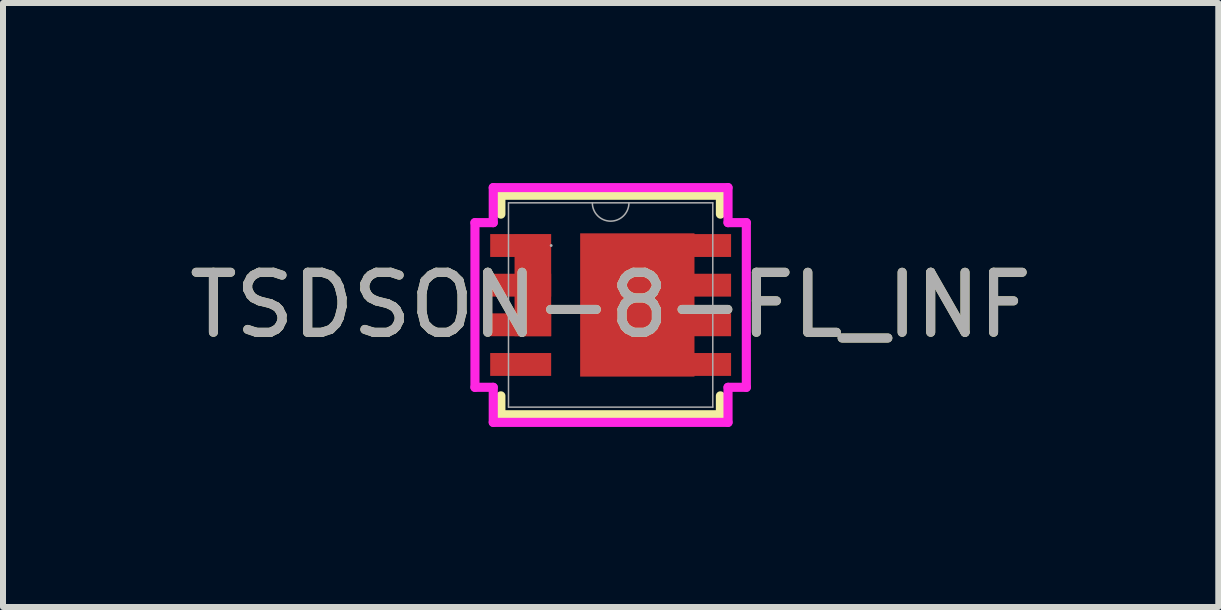
<source format=kicad_pcb>
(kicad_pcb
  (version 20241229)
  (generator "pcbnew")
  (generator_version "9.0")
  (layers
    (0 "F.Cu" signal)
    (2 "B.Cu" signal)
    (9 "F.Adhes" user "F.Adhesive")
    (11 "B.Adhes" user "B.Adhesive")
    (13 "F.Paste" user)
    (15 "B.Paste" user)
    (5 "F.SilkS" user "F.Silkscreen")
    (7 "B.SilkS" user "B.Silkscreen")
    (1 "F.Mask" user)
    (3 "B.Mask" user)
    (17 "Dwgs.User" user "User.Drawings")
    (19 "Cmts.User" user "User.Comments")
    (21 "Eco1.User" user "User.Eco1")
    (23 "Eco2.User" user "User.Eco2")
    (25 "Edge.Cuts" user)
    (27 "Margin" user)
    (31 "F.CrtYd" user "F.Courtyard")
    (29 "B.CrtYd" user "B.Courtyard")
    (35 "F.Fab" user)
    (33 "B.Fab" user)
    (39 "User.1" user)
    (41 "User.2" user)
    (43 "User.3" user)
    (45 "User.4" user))
  (footprint "TSDSON-8-FL_INF"
    (layer "F.Cu")
    (at 7.125 2.032)
    (property "Reference" "TSDSON-8-FL_INF" (at 0 0 0) (unlocked yes) (layer "F.SilkS") (effects (font (size 1 1) (thickness 0.15))))
    (attr smd)
    (fp_line (start -1.829 -1.829) (end -1.829 -1.514) (stroke (width 0.152) (type solid)) (layer "F.SilkS"))
    (fp_line (start -1.829 1.514) (end -1.829 1.829) (stroke (width 0.152) (type solid)) (layer "F.SilkS"))
    (fp_line (start -1.829 1.829) (end 1.829 1.829) (stroke (width 0.152) (type solid)) (layer "F.SilkS"))
    (fp_line (start 1.829 -1.829) (end -1.829 -1.829) (stroke (width 0.152) (type solid)) (layer "F.SilkS"))
    (fp_line (start 1.829 -1.514) (end 1.829 -1.829) (stroke (width 0.152) (type solid)) (layer "F.SilkS"))
    (fp_line (start 1.829 1.829) (end 1.829 1.514) (stroke (width 0.152) (type solid)) (layer "F.SilkS"))
    (fp_line (start -2.261 -1.372) (end -1.956 -1.372) (stroke (width 0.152) (type solid)) (layer "F.CrtYd"))
    (fp_line (start -2.261 1.372) (end -2.261 -1.372) (stroke (width 0.152) (type solid)) (layer "F.CrtYd"))
    (fp_line (start -2.261 1.372) (end -1.956 1.372) (stroke (width 0.152) (type solid)) (layer "F.CrtYd"))
    (fp_line (start -1.956 -1.956) (end 1.956 -1.956) (stroke (width 0.152) (type solid)) (layer "F.CrtYd"))
    (fp_line (start -1.956 -1.372) (end -1.956 -1.956) (stroke (width 0.152) (type solid)) (layer "F.CrtYd"))
    (fp_line (start -1.956 1.956) (end -1.956 1.372) (stroke (width 0.152) (type solid)) (layer "F.CrtYd"))
    (fp_line (start 1.956 -1.956) (end 1.956 -1.372) (stroke (width 0.152) (type solid)) (layer "F.CrtYd"))
    (fp_line (start 1.956 1.372) (end 1.956 1.956) (stroke (width 0.152) (type solid)) (layer "F.CrtYd"))
    (fp_line (start 1.956 1.956) (end -1.956 1.956) (stroke (width 0.152) (type solid)) (layer "F.CrtYd"))
    (fp_line (start 2.261 -1.372) (end 1.956 -1.372) (stroke (width 0.152) (type solid)) (layer "F.CrtYd"))
    (fp_line (start 2.261 -1.372) (end 2.261 1.372) (stroke (width 0.152) (type solid)) (layer "F.CrtYd"))
    (fp_line (start 2.261 1.372) (end 1.956 1.372) (stroke (width 0.152) (type solid)) (layer "F.CrtYd"))
    (fp_line (start -1.702 -1.702) (end -1.702 1.702) (stroke (width 0.025) (type solid)) (layer "F.Fab"))
    (fp_line (start -1.702 1.702) (end 1.702 1.702) (stroke (width 0.025) (type solid)) (layer "F.Fab"))
    (fp_line (start 1.702 -1.702) (end -1.702 -1.702) (stroke (width 0.025) (type solid)) (layer "F.Fab"))
    (fp_line (start 1.702 1.702) (end 1.702 -1.702) (stroke (width 0.025) (type solid)) (layer "F.Fab"))
    (fp_arc (start 0.3048 -1.7018) (mid 0 -1.397) (end -0.3048 -1.7018) (stroke (width 0.0254) (type solid)) (layer "F.Fab"))
    (fp_circle (center -0.991 -0.991) (end -0.991 -0.991) (stroke (width 0.025) (type solid)) (fill no) (layer "F.Fab"))
    (fp_text user "${REFERENCE}" (at 0 0 0) (unlocked yes) (layer "F.Fab") (effects (font (size 1 1) (thickness 0.15))))
    (pad "1" smd custom (at -1.499 -0.991) (size 1.016 0.381) (layers "F.Cu" "F.Mask" "F.Paste") (options (anchor rect)) (primitives (gr_poly (pts (xy 0.508 -0.191) (xy 0.508 1.511) (xy -0.102 1.511) (xy -0.102 -0.191)) (width 0) (fill yes))))
    (pad "2" smd rect (at -1.499 -0.33) (size 1.016 0.381) (layers "F.Cu" "F.Mask" "F.Paste"))
    (pad "3" smd rect (at -1.499 0.33) (size 1.016 0.381) (layers "F.Cu" "F.Mask" "F.Paste"))
    (pad "4" smd rect (at -1.499 0.991) (size 1.016 0.381) (layers "F.Cu" "F.Mask" "F.Paste"))
    (pad "5" smd rect (at 1.499 0.991) (size 1.016 0.381) (layers "F.Cu" "F.Mask" "F.Paste"))
    (pad "6" smd rect (at 1.499 0.33) (size 1.016 0.381) (layers "F.Cu" "F.Mask" "F.Paste"))
    (pad "7" smd rect (at 1.499 -0.33) (size 1.016 0.381) (layers "F.Cu" "F.Mask" "F.Paste"))
    (pad "8" smd custom (at 1.499 -0.991) (size 1.016 0.381) (layers "F.Cu" "F.Mask" "F.Paste") (options (anchor rect)) (primitives (gr_poly (pts (xy -0.102 -0.203) (xy -2.007 -0.203) (xy -2.007 2.184) (xy -0.102 2.184)) (width 0) (fill yes)))))
  (gr_rect
    (start -3 -3)
    (end 17.25 7.064)
    (stroke (width 0.1) (type default))
    (fill no)
    (layer "Edge.Cuts")))
</source>
